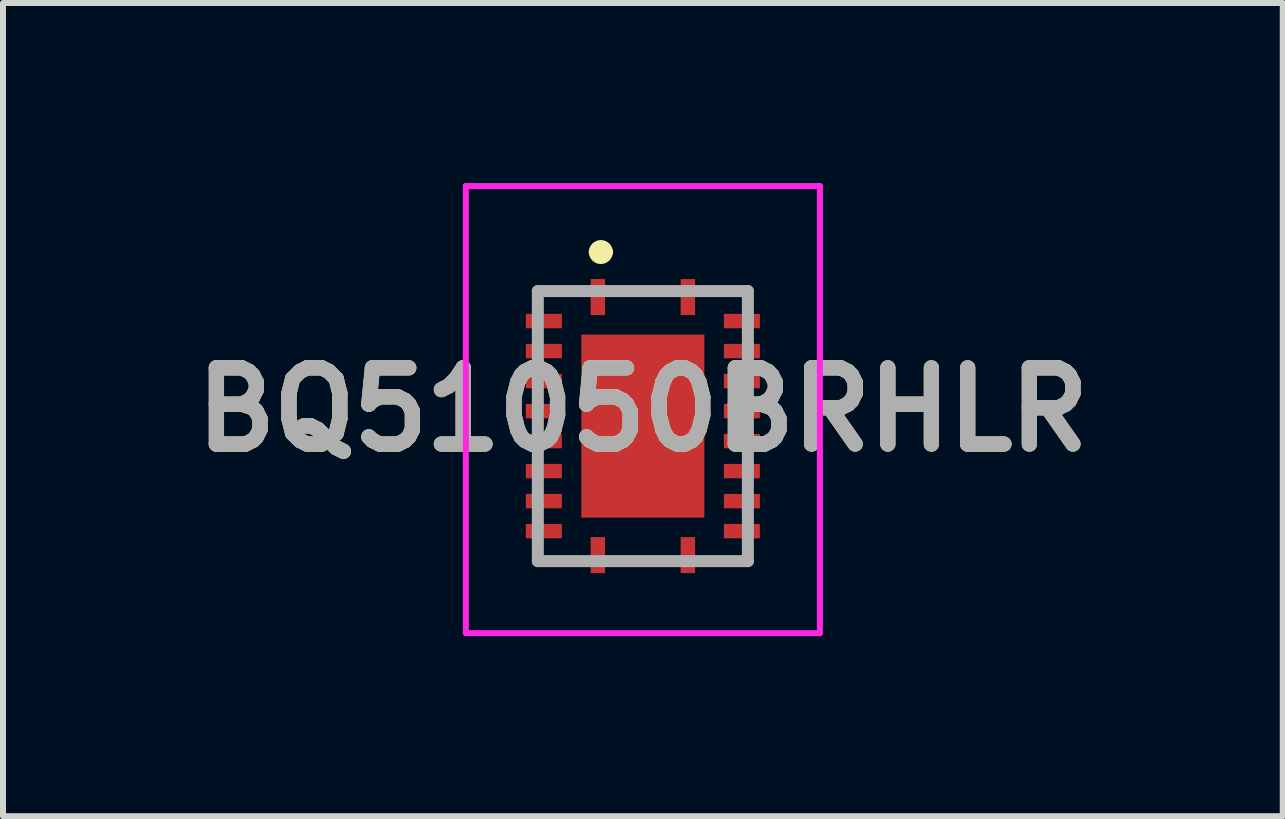
<source format=kicad_pcb>
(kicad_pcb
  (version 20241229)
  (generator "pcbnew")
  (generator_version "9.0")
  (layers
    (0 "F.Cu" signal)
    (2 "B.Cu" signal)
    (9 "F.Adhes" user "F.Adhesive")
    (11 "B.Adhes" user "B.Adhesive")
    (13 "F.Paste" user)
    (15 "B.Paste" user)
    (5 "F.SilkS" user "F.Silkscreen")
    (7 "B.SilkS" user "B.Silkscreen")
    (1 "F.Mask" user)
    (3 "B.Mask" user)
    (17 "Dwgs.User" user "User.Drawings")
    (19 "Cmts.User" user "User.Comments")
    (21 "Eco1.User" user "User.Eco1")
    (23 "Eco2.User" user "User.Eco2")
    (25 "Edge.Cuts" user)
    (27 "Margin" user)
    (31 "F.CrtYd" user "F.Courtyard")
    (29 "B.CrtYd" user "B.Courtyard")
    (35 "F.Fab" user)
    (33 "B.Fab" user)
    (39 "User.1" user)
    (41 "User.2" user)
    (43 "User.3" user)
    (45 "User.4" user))
  (footprint "BQ51050BRHLR"
    (layer "F.Cu")
    (at 7.662 3.675)
    (property "Reference" "BQ51050BRHLR" (at 0 0.1 0) (layer "F.SilkS") (effects (font (size 1.27 1.27) (thickness 0.254))))
    (attr smd)
    (fp_line (start -1.75 -1.875) (end -1.75 -1.625) (stroke (width 0.1) (type solid)) (layer "F.SilkS"))
    (fp_line (start -1.75 2.375) (end -1.75 2.625) (stroke (width 0.1) (type solid)) (layer "F.SilkS"))
    (fp_line (start -1.75 2.625) (end -1.5 2.625) (stroke (width 0.1) (type solid)) (layer "F.SilkS"))
    (fp_line (start -1.5 -1.875) (end -1.75 -1.875) (stroke (width 0.1) (type solid)) (layer "F.SilkS"))
    (fp_line (start -0.8 -2.525) (end -0.8 -2.525) (stroke (width 0.2) (type solid)) (layer "F.SilkS"))
    (fp_line (start -0.6 -2.525) (end -0.6 -2.525) (stroke (width 0.2) (type solid)) (layer "F.SilkS"))
    (fp_line (start 1.5 -1.875) (end 1.75 -1.875) (stroke (width 0.1) (type solid)) (layer "F.SilkS"))
    (fp_line (start 1.75 -1.875) (end 1.75 -1.625) (stroke (width 0.1) (type solid)) (layer "F.SilkS"))
    (fp_line (start 1.75 2.375) (end 1.75 2.625) (stroke (width 0.1) (type solid)) (layer "F.SilkS"))
    (fp_line (start 1.75 2.625) (end 1.5 2.625) (stroke (width 0.1) (type solid)) (layer "F.SilkS"))
    (fp_arc (start -0.8 -2.525) (mid -0.7 -2.625) (end -0.6 -2.525) (stroke (width 0.2) (type solid)) (layer "F.SilkS"))
    (fp_arc (start -0.6 -2.525) (mid -0.7 -2.425) (end -0.8 -2.525) (stroke (width 0.2) (type solid)) (layer "F.SilkS"))
    (fp_line (start -2.95 -3.625) (end 2.95 -3.625) (stroke (width 0.1) (type solid)) (layer "F.CrtYd"))
    (fp_line (start -2.95 3.825) (end -2.95 -3.625) (stroke (width 0.1) (type solid)) (layer "F.CrtYd"))
    (fp_line (start 2.95 -3.625) (end 2.95 3.825) (stroke (width 0.1) (type solid)) (layer "F.CrtYd"))
    (fp_line (start 2.95 3.825) (end -2.95 3.825) (stroke (width 0.1) (type solid)) (layer "F.CrtYd"))
    (fp_line (start -1.75 -1.875) (end 1.75 -1.875) (stroke (width 0.2) (type solid)) (layer "F.Fab"))
    (fp_line (start -1.75 2.625) (end -1.75 -1.875) (stroke (width 0.2) (type solid)) (layer "F.Fab"))
    (fp_line (start 1.75 -1.875) (end 1.75 2.625) (stroke (width 0.2) (type solid)) (layer "F.Fab"))
    (fp_line (start 1.75 2.625) (end -1.75 2.625) (stroke (width 0.2) (type solid)) (layer "F.Fab"))
    (fp_text user "${REFERENCE}" (at 0 0.1 0) (layer "F.Fab") (effects (font (size 1.27 1.27) (thickness 0.254))))
    (pad "1" smd rect (at -0.75 -1.775) (size 0.24 0.6) (layers "F.Cu" "F.Mask" "F.Paste"))
    (pad "2" smd rect (at -1.65 -1.375 90) (size 0.24 0.6) (layers "F.Cu" "F.Mask" "F.Paste"))
    (pad "3" smd rect (at -1.65 -0.875 90) (size 0.24 0.6) (layers "F.Cu" "F.Mask" "F.Paste"))
    (pad "4" smd rect (at -1.65 -0.375 90) (size 0.24 0.6) (layers "F.Cu" "F.Mask" "F.Paste"))
    (pad "5" smd rect (at -1.65 0.125 90) (size 0.24 0.6) (layers "F.Cu" "F.Mask" "F.Paste"))
    (pad "6" smd rect (at -1.65 0.625 90) (size 0.24 0.6) (layers "F.Cu" "F.Mask" "F.Paste"))
    (pad "7" smd rect (at -1.65 1.125 90) (size 0.24 0.6) (layers "F.Cu" "F.Mask" "F.Paste"))
    (pad "8" smd rect (at -1.65 1.625 90) (size 0.24 0.6) (layers "F.Cu" "F.Mask" "F.Paste"))
    (pad "9" smd rect (at -1.65 2.125 90) (size 0.24 0.6) (layers "F.Cu" "F.Mask" "F.Paste"))
    (pad "10" smd rect (at -0.75 2.525) (size 0.24 0.6) (layers "F.Cu" "F.Mask" "F.Paste"))
    (pad "11" smd rect (at 0.75 2.525) (size 0.24 0.6) (layers "F.Cu" "F.Mask" "F.Paste"))
    (pad "12" smd rect (at 1.65 2.125 90) (size 0.24 0.6) (layers "F.Cu" "F.Mask" "F.Paste"))
    (pad "13" smd rect (at 1.65 1.625 90) (size 0.24 0.6) (layers "F.Cu" "F.Mask" "F.Paste"))
    (pad "14" smd rect (at 1.65 1.125 90) (size 0.24 0.6) (layers "F.Cu" "F.Mask" "F.Paste"))
    (pad "15" smd rect (at 1.65 0.625 90) (size 0.24 0.6) (layers "F.Cu" "F.Mask" "F.Paste"))
    (pad "16" smd rect (at 1.65 0.125 90) (size 0.24 0.6) (layers "F.Cu" "F.Mask" "F.Paste"))
    (pad "17" smd rect (at 1.65 -0.375 90) (size 0.24 0.6) (layers "F.Cu" "F.Mask" "F.Paste"))
    (pad "18" smd rect (at 1.65 -0.875 90) (size 0.24 0.6) (layers "F.Cu" "F.Mask" "F.Paste"))
    (pad "19" smd rect (at 1.65 -1.375 90) (size 0.24 0.6) (layers "F.Cu" "F.Mask" "F.Paste"))
    (pad "20" smd rect (at 0.75 -1.775) (size 0.24 0.6) (layers "F.Cu" "F.Mask" "F.Paste"))
    (pad "21" smd rect (at 0 0.375) (size 2.05 3.05) (layers "F.Cu" "F.Mask" "F.Paste")))
  (gr_rect
    (start -3 -3)
    (end 18.325 10.55)
    (stroke (width 0.1) (type default))
    (fill no)
    (layer "Edge.Cuts")))
</source>
